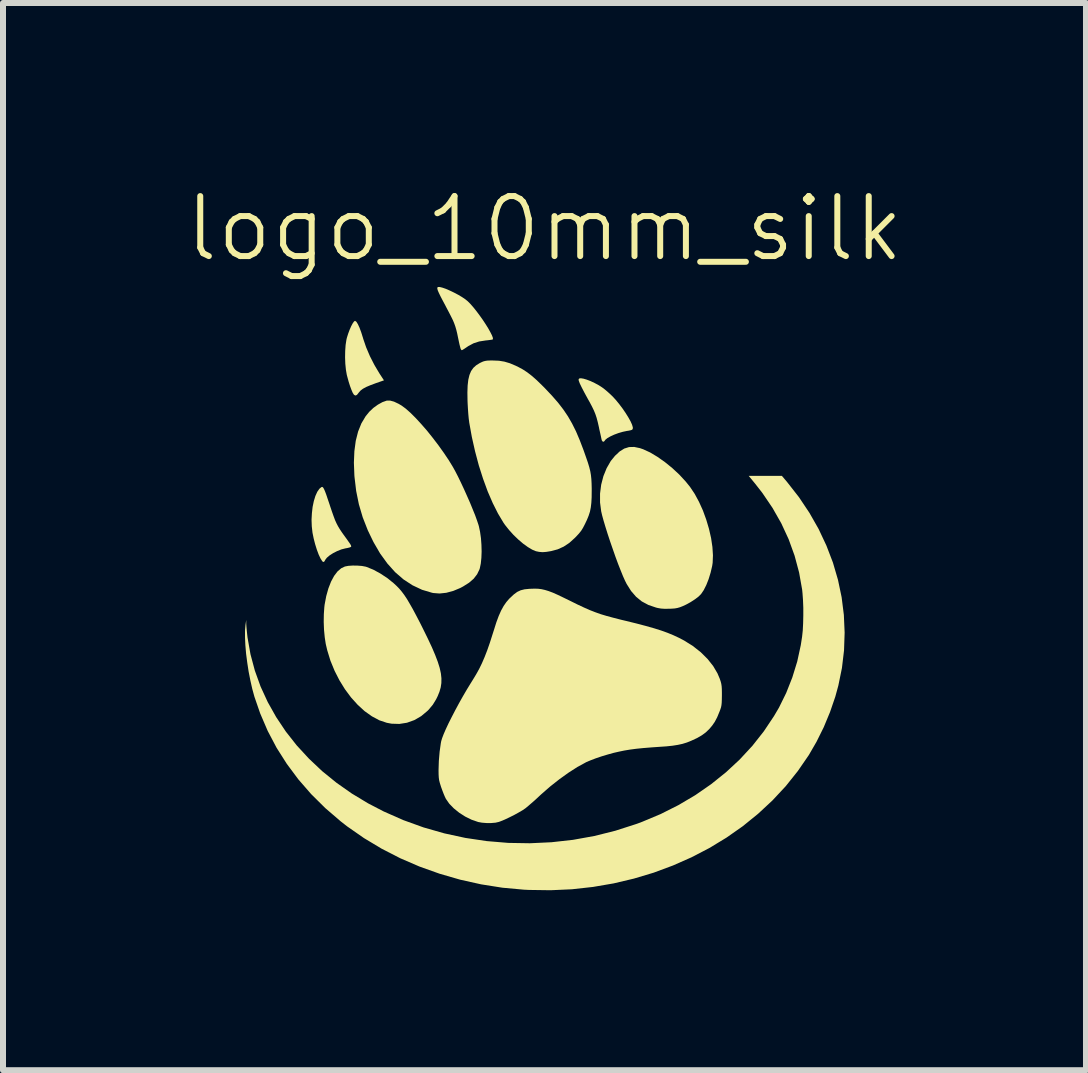
<source format=kicad_pcb>
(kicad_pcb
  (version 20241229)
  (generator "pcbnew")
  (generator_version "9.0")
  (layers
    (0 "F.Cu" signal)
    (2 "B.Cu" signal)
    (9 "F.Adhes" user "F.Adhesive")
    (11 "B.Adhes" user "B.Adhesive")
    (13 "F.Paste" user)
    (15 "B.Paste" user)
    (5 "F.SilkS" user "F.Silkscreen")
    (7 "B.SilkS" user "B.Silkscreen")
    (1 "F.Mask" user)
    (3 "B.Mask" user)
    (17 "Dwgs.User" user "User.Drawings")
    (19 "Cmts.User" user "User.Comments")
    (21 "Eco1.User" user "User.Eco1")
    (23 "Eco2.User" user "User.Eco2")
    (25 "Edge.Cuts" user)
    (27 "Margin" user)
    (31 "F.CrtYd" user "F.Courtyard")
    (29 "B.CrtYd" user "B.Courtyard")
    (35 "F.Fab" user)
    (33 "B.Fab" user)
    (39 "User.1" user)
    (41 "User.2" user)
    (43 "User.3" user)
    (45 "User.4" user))
  (footprint "logo_10mm_silk"
    (layer "F.Cu")
    (at 6.026 6.761)
    (property "Reference" "logo_10mm_silk" (at 0 -6 0) (unlocked yes) (layer "F.SilkS") (effects (font (size 1 1) (thickness 0.1))))
    (attr smd)
    (fp_poly (pts (xy -3.156 -4.462) (xy -3.135 -4.447) (xy -3.111 -4.408) (xy -3.083 -4.348) (xy -3.054 -4.269) (xy -3.024 -4.173) (xy -3.021 -4.162) (xy -2.973 -4.022) (xy -2.91 -3.874) (xy -2.835 -3.727) (xy -2.753 -3.589) (xy -2.751 -3.586) (xy -2.676 -3.471) (xy -2.811 -3.424) (xy -2.902 -3.39) (xy -2.973 -3.36) (xy -3.026 -3.331) (xy -3.066 -3.301) (xy -3.094 -3.269) (xy -3.097 -3.265) (xy -3.125 -3.23) (xy -3.147 -3.218) (xy -3.169 -3.226) (xy -3.181 -3.238) (xy -3.198 -3.266) (xy -3.218 -3.313) (xy -3.241 -3.375) (xy -3.264 -3.447) (xy -3.285 -3.524) (xy -3.295 -3.561) (xy -3.31 -3.647) (xy -3.32 -3.747) (xy -3.324 -3.854) (xy -3.322 -3.961) (xy -3.315 -4.061) (xy -3.302 -4.146) (xy -3.295 -4.177) (xy -3.273 -4.248) (xy -3.248 -4.315) (xy -3.222 -4.374) (xy -3.197 -4.421) (xy -3.175 -4.452) (xy -3.158 -4.463)) (stroke (width 0) (type solid)) (fill yes) (layer "F.SilkS"))
    (fp_poly (pts (xy -3.698 -1.692) (xy -3.687 -1.68) (xy -3.674 -1.657) (xy -3.658 -1.62) (xy -3.638 -1.567) (xy -3.614 -1.495) (xy -3.582 -1.401) (xy -3.576 -1.382) (xy -3.543 -1.284) (xy -3.515 -1.205) (xy -3.491 -1.141) (xy -3.467 -1.088) (xy -3.442 -1.04) (xy -3.414 -0.993) (xy -3.381 -0.943) (xy -3.347 -0.895) (xy -3.299 -0.829) (xy -3.264 -0.779) (xy -3.24 -0.745) (xy -3.227 -0.722) (xy -3.222 -0.707) (xy -3.223 -0.699) (xy -3.229 -0.693) (xy -3.23 -0.693) (xy -3.25 -0.685) (xy -3.287 -0.676) (xy -3.32 -0.67) (xy -3.386 -0.653) (xy -3.456 -0.625) (xy -3.523 -0.591) (xy -3.582 -0.553) (xy -3.628 -0.514) (xy -3.656 -0.477) (xy -3.658 -0.471) (xy -3.674 -0.446) (xy -3.692 -0.445) (xy -3.705 -0.457) (xy -3.734 -0.503) (xy -3.765 -0.569) (xy -3.795 -0.65) (xy -3.823 -0.74) (xy -3.847 -0.833) (xy -3.866 -0.926) (xy -3.867 -0.931) (xy -3.879 -1.038) (xy -3.883 -1.148) (xy -3.877 -1.257) (xy -3.865 -1.362) (xy -3.845 -1.458) (xy -3.819 -1.543) (xy -3.787 -1.614) (xy -3.751 -1.665) (xy -3.719 -1.691) (xy -3.708 -1.695)) (stroke (width 0) (type solid)) (fill yes) (layer "F.SilkS"))
    (fp_poly (pts (xy 0.65 -3.499) (xy 0.704 -3.483) (xy 0.767 -3.459) (xy 0.835 -3.427) (xy 0.904 -3.39) (xy 0.96 -3.354) (xy 1.005 -3.32) (xy 1.058 -3.275) (xy 1.111 -3.226) (xy 1.136 -3.202) (xy 1.192 -3.141) (xy 1.248 -3.072) (xy 1.303 -2.999) (xy 1.354 -2.924) (xy 1.398 -2.853) (xy 1.435 -2.787) (xy 1.46 -2.731) (xy 1.472 -2.689) (xy 1.473 -2.675) (xy 1.469 -2.658) (xy 1.459 -2.647) (xy 1.436 -2.639) (xy 1.397 -2.631) (xy 1.375 -2.628) (xy 1.304 -2.613) (xy 1.232 -2.592) (xy 1.162 -2.566) (xy 1.099 -2.537) (xy 1.048 -2.508) (xy 1.015 -2.481) (xy 1.004 -2.465) (xy 0.989 -2.448) (xy 0.969 -2.451) (xy 0.955 -2.472) (xy 0.954 -2.475) (xy 0.949 -2.497) (xy 0.94 -2.539) (xy 0.928 -2.594) (xy 0.913 -2.659) (xy 0.908 -2.686) (xy 0.888 -2.774) (xy 0.869 -2.846) (xy 0.848 -2.909) (xy 0.823 -2.97) (xy 0.791 -3.036) (xy 0.75 -3.113) (xy 0.724 -3.159) (xy 0.665 -3.267) (xy 0.62 -3.354) (xy 0.588 -3.42) (xy 0.571 -3.466) (xy 0.568 -3.486) (xy 0.578 -3.502) (xy 0.606 -3.506)) (stroke (width 0) (type solid)) (fill yes) (layer "F.SilkS"))
    (fp_poly (pts (xy -1.701 -5.016) (xy -1.643 -4.996) (xy -1.577 -4.967) (xy -1.508 -4.934) (xy -1.438 -4.897) (xy -1.374 -4.859) (xy -1.318 -4.821) (xy -1.28 -4.79) (xy -1.235 -4.745) (xy -1.186 -4.689) (xy -1.134 -4.624) (xy -1.081 -4.553) (xy -1.029 -4.48) (xy -0.981 -4.407) (xy -0.938 -4.338) (xy -0.903 -4.275) (xy -0.876 -4.222) (xy -0.861 -4.182) (xy -0.859 -4.157) (xy -0.862 -4.154) (xy -0.877 -4.149) (xy -0.911 -4.144) (xy -0.958 -4.138) (xy -0.981 -4.136) (xy -1.089 -4.119) (xy -1.182 -4.089) (xy -1.27 -4.042) (xy -1.298 -4.023) (xy -1.335 -3.998) (xy -1.364 -3.98) (xy -1.379 -3.973) (xy -1.379 -3.973) (xy -1.39 -3.983) (xy -1.399 -4.001) (xy -1.405 -4.024) (xy -1.416 -4.066) (xy -1.428 -4.121) (xy -1.441 -4.184) (xy -1.442 -4.188) (xy -1.456 -4.256) (xy -1.47 -4.313) (xy -1.485 -4.365) (xy -1.503 -4.416) (xy -1.525 -4.47) (xy -1.555 -4.531) (xy -1.593 -4.605) (xy -1.641 -4.696) (xy -1.65 -4.714) (xy -1.698 -4.804) (xy -1.735 -4.875) (xy -1.761 -4.929) (xy -1.778 -4.968) (xy -1.786 -4.996) (xy -1.787 -5.013) (xy -1.781 -5.023) (xy -1.774 -5.027) (xy -1.746 -5.027)) (stroke (width 0) (type solid)) (fill yes) (layer "F.SilkS"))
    (fp_poly (pts (xy -3.118 -0.383) (xy -3.042 -0.377) (xy -2.979 -0.365) (xy -2.964 -0.36) (xy -2.853 -0.315) (xy -2.737 -0.252) (xy -2.623 -0.177) (xy -2.518 -0.093) (xy -2.465 -0.044) (xy -2.421 0.001) (xy -2.379 0.051) (xy -2.337 0.107) (xy -2.293 0.173) (xy -2.247 0.251) (xy -2.195 0.342) (xy -2.137 0.451) (xy -2.071 0.578) (xy -2.026 0.668) (xy -1.945 0.833) (xy -1.877 0.978) (xy -1.822 1.107) (xy -1.779 1.22) (xy -1.747 1.322) (xy -1.727 1.413) (xy -1.718 1.496) (xy -1.719 1.574) (xy -1.73 1.648) (xy -1.751 1.72) (xy -1.781 1.794) (xy -1.806 1.845) (xy -1.861 1.935) (xy -1.931 2.019) (xy -1.951 2.039) (xy -2.055 2.126) (xy -2.169 2.192) (xy -2.292 2.236) (xy -2.419 2.256) (xy -2.549 2.252) (xy -2.629 2.237) (xy -2.754 2.195) (xy -2.877 2.129) (xy -2.998 2.043) (xy -3.114 1.937) (xy -3.224 1.815) (xy -3.326 1.678) (xy -3.418 1.529) (xy -3.499 1.37) (xy -3.568 1.202) (xy -3.621 1.029) (xy -3.646 0.923) (xy -3.663 0.812) (xy -3.675 0.687) (xy -3.68 0.556) (xy -3.678 0.427) (xy -3.67 0.311) (xy -3.665 0.268) (xy -3.638 0.125) (xy -3.602 -0.003) (xy -3.558 -0.116) (xy -3.507 -0.211) (xy -3.45 -0.286) (xy -3.388 -0.339) (xy -3.327 -0.368) (xy -3.27 -0.379) (xy -3.197 -0.384)) (stroke (width 0) (type solid)) (fill yes) (layer "F.SilkS"))
    (fp_poly (pts (xy 1.591 -2.341) (xy 1.646 -2.322) (xy 1.761 -2.269) (xy 1.883 -2.196) (xy 2.008 -2.108) (xy 2.131 -2.008) (xy 2.248 -1.899) (xy 2.354 -1.784) (xy 2.426 -1.695) (xy 2.504 -1.578) (xy 2.576 -1.445) (xy 2.641 -1.301) (xy 2.696 -1.15) (xy 2.742 -0.995) (xy 2.777 -0.842) (xy 2.799 -0.694) (xy 2.808 -0.555) (xy 2.803 -0.43) (xy 2.795 -0.377) (xy 2.769 -0.266) (xy 2.736 -0.158) (xy 2.697 -0.059) (xy 2.654 0.026) (xy 2.61 0.091) (xy 2.61 0.091) (xy 2.568 0.133) (xy 2.509 0.178) (xy 2.438 0.224) (xy 2.362 0.266) (xy 2.306 0.292) (xy 2.258 0.311) (xy 2.216 0.323) (xy 2.172 0.331) (xy 2.115 0.335) (xy 2.081 0.336) (xy 2.004 0.337) (xy 1.942 0.333) (xy 1.886 0.323) (xy 1.858 0.316) (xy 1.732 0.273) (xy 1.622 0.214) (xy 1.527 0.137) (xy 1.444 0.041) (xy 1.37 -0.076) (xy 1.342 -0.132) (xy 1.308 -0.208) (xy 1.27 -0.302) (xy 1.227 -0.411) (xy 1.183 -0.53) (xy 1.139 -0.656) (xy 1.095 -0.783) (xy 1.054 -0.907) (xy 1.017 -1.025) (xy 0.985 -1.132) (xy 0.96 -1.223) (xy 0.945 -1.288) (xy 0.926 -1.435) (xy 0.926 -1.584) (xy 0.945 -1.732) (xy 0.982 -1.874) (xy 1.036 -2.007) (xy 1.105 -2.127) (xy 1.175 -2.213) (xy 1.253 -2.286) (xy 1.33 -2.334) (xy 1.41 -2.359) (xy 1.496 -2.361)) (stroke (width 0) (type solid)) (fill yes) (layer "F.SilkS"))
    (fp_poly (pts (xy -2.508 -3.116) (xy -2.432 -3.08) (xy -2.381 -3.05) (xy -2.312 -2.999) (xy -2.233 -2.929) (xy -2.146 -2.842) (xy -2.054 -2.742) (xy -1.958 -2.632) (xy -1.863 -2.513) (xy -1.769 -2.39) (xy -1.679 -2.264) (xy -1.595 -2.139) (xy -1.529 -2.031) (xy -1.489 -1.959) (xy -1.443 -1.87) (xy -1.394 -1.769) (xy -1.343 -1.66) (xy -1.292 -1.546) (xy -1.242 -1.433) (xy -1.197 -1.323) (xy -1.156 -1.222) (xy -1.124 -1.133) (xy -1.1 -1.061) (xy -1.094 -1.04) (xy -1.074 -0.946) (xy -1.059 -0.84) (xy -1.051 -0.729) (xy -1.048 -0.617) (xy -1.052 -0.511) (xy -1.062 -0.416) (xy -1.078 -0.339) (xy -1.084 -0.32) (xy -1.123 -0.239) (xy -1.18 -0.165) (xy -1.257 -0.098) (xy -1.357 -0.035) (xy -1.406 -0.009) (xy -1.521 0.039) (xy -1.637 0.07) (xy -1.749 0.082) (xy -1.852 0.074) (xy -1.873 0.07) (xy -2.041 0.02) (xy -2.2 -0.055) (xy -2.349 -0.152) (xy -2.489 -0.273) (xy -2.619 -0.418) (xy -2.74 -0.585) (xy -2.851 -0.776) (xy -2.945 -0.971) (xy -3.03 -1.188) (xy -3.094 -1.405) (xy -3.139 -1.627) (xy -3.167 -1.862) (xy -3.169 -1.888) (xy -3.177 -2.099) (xy -3.169 -2.29) (xy -3.146 -2.463) (xy -3.107 -2.617) (xy -3.052 -2.754) (xy -2.981 -2.873) (xy -2.919 -2.949) (xy -2.852 -3.012) (xy -2.777 -3.066) (xy -2.701 -3.108) (xy -2.63 -3.133) (xy -2.626 -3.134) (xy -2.574 -3.134)) (stroke (width 0) (type solid)) (fill yes) (layer "F.SilkS"))
    (fp_poly (pts (xy -0.759 -3.798) (xy -0.668 -3.783) (xy -0.577 -3.756) (xy -0.478 -3.714) (xy -0.435 -3.693) (xy -0.361 -3.653) (xy -0.289 -3.606) (xy -0.215 -3.549) (xy -0.135 -3.479) (xy -0.047 -3.394) (xy 0.008 -3.339) (xy 0.125 -3.215) (xy 0.227 -3.098) (xy 0.314 -2.985) (xy 0.391 -2.871) (xy 0.46 -2.751) (xy 0.525 -2.621) (xy 0.587 -2.475) (xy 0.65 -2.31) (xy 0.654 -2.299) (xy 0.692 -2.191) (xy 0.723 -2.101) (xy 0.746 -2.025) (xy 0.763 -1.957) (xy 0.774 -1.893) (xy 0.781 -1.827) (xy 0.785 -1.755) (xy 0.787 -1.672) (xy 0.787 -1.633) (xy 0.786 -1.522) (xy 0.781 -1.431) (xy 0.772 -1.353) (xy 0.758 -1.283) (xy 0.736 -1.215) (xy 0.707 -1.144) (xy 0.673 -1.073) (xy 0.642 -1.013) (xy 0.611 -0.963) (xy 0.574 -0.917) (xy 0.526 -0.865) (xy 0.506 -0.845) (xy 0.413 -0.761) (xy 0.319 -0.699) (xy 0.219 -0.654) (xy 0.111 -0.625) (xy 0.032 -0.612) (xy -0.032 -0.607) (xy -0.09 -0.612) (xy -0.143 -0.623) (xy -0.205 -0.649) (xy -0.277 -0.692) (xy -0.356 -0.749) (xy -0.437 -0.818) (xy -0.517 -0.895) (xy -0.591 -0.977) (xy -0.657 -1.06) (xy -0.683 -1.097) (xy -0.775 -1.251) (xy -0.863 -1.426) (xy -0.947 -1.62) (xy -1.024 -1.831) (xy -1.095 -2.054) (xy -1.157 -2.287) (xy -1.211 -2.527) (xy -1.255 -2.771) (xy -1.255 -2.775) (xy -1.263 -2.834) (xy -1.27 -2.91) (xy -1.276 -2.996) (xy -1.281 -3.084) (xy -1.283 -3.131) (xy -1.285 -3.269) (xy -1.281 -3.385) (xy -1.27 -3.481) (xy -1.251 -3.56) (xy -1.224 -3.625) (xy -1.187 -3.678) (xy -1.14 -3.721) (xy -1.081 -3.758) (xy -1.059 -3.769) (xy -1.024 -3.785) (xy -0.992 -3.794) (xy -0.955 -3.8) (xy -0.906 -3.802) (xy -0.858 -3.802)) (stroke (width 0) (type solid)) (fill yes) (layer "F.SilkS"))
    (fp_poly (pts (xy 4.045 -1.775) (xy 4.242 -1.523) (xy 4.417 -1.261) (xy 4.57 -0.992) (xy 4.7 -0.715) (xy 4.808 -0.433) (xy 4.892 -0.146) (xy 4.953 0.145) (xy 4.99 0.439) (xy 5.003 0.734) (xy 4.993 1.029) (xy 4.958 1.324) (xy 4.898 1.617) (xy 4.847 1.803) (xy 4.76 2.057) (xy 4.655 2.31) (xy 4.534 2.554) (xy 4.406 2.775) (xy 4.223 3.041) (xy 4.021 3.294) (xy 3.799 3.532) (xy 3.56 3.754) (xy 3.305 3.961) (xy 3.034 4.151) (xy 2.749 4.324) (xy 2.451 4.479) (xy 2.141 4.616) (xy 1.821 4.735) (xy 1.491 4.834) (xy 1.153 4.914) (xy 0.809 4.973) (xy 0.458 5.012) (xy 0.102 5.028) (xy -0.257 5.023) (xy -0.342 5.019) (xy -0.701 4.986) (xy -1.056 4.93) (xy -1.406 4.852) (xy -1.748 4.753) (xy -2.082 4.634) (xy -2.404 4.495) (xy -2.714 4.336) (xy -3.009 4.159) (xy -3.289 3.964) (xy -3.398 3.879) (xy -3.654 3.659) (xy -3.889 3.426) (xy -4.103 3.18) (xy -4.295 2.922) (xy -4.466 2.653) (xy -4.614 2.372) (xy -4.739 2.081) (xy -4.835 1.803) (xy -4.871 1.672) (xy -4.903 1.53) (xy -4.932 1.382) (xy -4.955 1.232) (xy -4.974 1.085) (xy -4.986 0.944) (xy -4.992 0.815) (xy -4.992 0.701) (xy -4.984 0.606) (xy -4.984 0.605) (xy -4.972 0.523) (xy -4.971 0.595) (xy -4.968 0.638) (xy -4.963 0.696) (xy -4.956 0.763) (xy -4.95 0.816) (xy -4.901 1.094) (xy -4.828 1.367) (xy -4.732 1.634) (xy -4.613 1.892) (xy -4.472 2.143) (xy -4.311 2.384) (xy -4.129 2.615) (xy -3.927 2.834) (xy -3.707 3.042) (xy -3.468 3.236) (xy -3.212 3.416) (xy -2.94 3.58) (xy -2.682 3.714) (xy -2.354 3.859) (xy -2.016 3.981) (xy -1.67 4.08) (xy -1.319 4.156) (xy -0.963 4.209) (xy -0.604 4.239) (xy -0.244 4.245) (xy 0.117 4.228) (xy 0.475 4.188) (xy 0.831 4.124) (xy 1.182 4.036) (xy 1.527 3.925) (xy 1.627 3.888) (xy 1.937 3.758) (xy 2.233 3.609) (xy 2.514 3.443) (xy 2.778 3.26) (xy 3.026 3.061) (xy 3.255 2.848) (xy 3.466 2.62) (xy 3.656 2.379) (xy 3.825 2.126) (xy 3.909 1.983) (xy 4.029 1.739) (xy 4.131 1.481) (xy 4.213 1.215) (xy 4.272 0.943) (xy 4.294 0.801) (xy 4.305 0.699) (xy 4.311 0.58) (xy 4.314 0.451) (xy 4.314 0.319) (xy 4.309 0.193) (xy 4.301 0.08) (xy 4.295 0.019) (xy 4.244 -0.268) (xy 4.169 -0.548) (xy 4.07 -0.822) (xy 3.947 -1.088) (xy 3.8 -1.346) (xy 3.631 -1.595) (xy 3.51 -1.75) (xy 3.404 -1.879) (xy 3.681 -1.879) (xy 3.957 -1.879)) (stroke (width 0) (type solid)) (fill yes) (layer "F.SilkS"))
    (fp_poly (pts (xy -0.104 0.003) (xy -0.049 0.01) (xy 0.008 0.023) (xy 0.07 0.042) (xy 0.139 0.068) (xy 0.22 0.104) (xy 0.316 0.15) (xy 0.431 0.206) (xy 0.435 0.208) (xy 0.554 0.267) (xy 0.659 0.316) (xy 0.754 0.358) (xy 0.846 0.394) (xy 0.939 0.427) (xy 1.039 0.457) (xy 1.151 0.487) (xy 1.279 0.52) (xy 1.351 0.537) (xy 1.53 0.581) (xy 1.686 0.622) (xy 1.824 0.661) (xy 1.945 0.699) (xy 2.053 0.738) (xy 2.15 0.778) (xy 2.24 0.82) (xy 2.326 0.865) (xy 2.328 0.866) (xy 2.473 0.957) (xy 2.604 1.06) (xy 2.717 1.172) (xy 2.811 1.29) (xy 2.883 1.412) (xy 2.922 1.504) (xy 2.937 1.549) (xy 2.947 1.588) (xy 2.953 1.628) (xy 2.956 1.674) (xy 2.957 1.735) (xy 2.957 1.778) (xy 2.956 1.849) (xy 2.954 1.901) (xy 2.95 1.942) (xy 2.943 1.978) (xy 2.931 2.015) (xy 2.916 2.054) (xy 2.878 2.146) (xy 2.839 2.22) (xy 2.795 2.284) (xy 2.746 2.342) (xy 2.686 2.399) (xy 2.62 2.447) (xy 2.542 2.492) (xy 2.449 2.535) (xy 2.375 2.565) (xy 2.301 2.588) (xy 2.223 2.605) (xy 2.135 2.619) (xy 2.031 2.63) (xy 1.942 2.636) (xy 1.785 2.647) (xy 1.649 2.658) (xy 1.53 2.67) (xy 1.424 2.684) (xy 1.328 2.7) (xy 1.237 2.719) (xy 1.154 2.738) (xy 1.053 2.766) (xy 0.95 2.797) (xy 0.853 2.83) (xy 0.767 2.863) (xy 0.698 2.892) (xy 0.687 2.898) (xy 0.548 2.974) (xy 0.4 3.069) (xy 0.248 3.178) (xy 0.097 3.297) (xy -0.049 3.424) (xy -0.076 3.449) (xy -0.135 3.504) (xy -0.195 3.558) (xy -0.251 3.606) (xy -0.297 3.645) (xy -0.315 3.66) (xy -0.363 3.693) (xy -0.428 3.731) (xy -0.504 3.773) (xy -0.584 3.813) (xy -0.662 3.85) (xy -0.73 3.878) (xy -0.76 3.889) (xy -0.816 3.902) (xy -0.888 3.908) (xy -0.967 3.908) (xy -1.043 3.902) (xy -1.109 3.89) (xy -1.11 3.889) (xy -1.217 3.852) (xy -1.322 3.8) (xy -1.422 3.736) (xy -1.511 3.664) (xy -1.587 3.586) (xy -1.643 3.506) (xy -1.66 3.471) (xy -1.68 3.424) (xy -1.703 3.364) (xy -1.725 3.303) (xy -1.729 3.29) (xy -1.745 3.239) (xy -1.756 3.195) (xy -1.762 3.151) (xy -1.765 3.098) (xy -1.766 3.028) (xy -1.766 3.028) (xy -1.761 2.872) (xy -1.748 2.719) (xy -1.728 2.577) (xy -1.721 2.541) (xy -1.706 2.492) (xy -1.68 2.424) (xy -1.644 2.341) (xy -1.599 2.245) (xy -1.546 2.14) (xy -1.488 2.028) (xy -1.426 1.913) (xy -1.361 1.797) (xy -1.295 1.684) (xy -1.229 1.576) (xy -1.194 1.52) (xy -1.139 1.429) (xy -1.089 1.339) (xy -1.043 1.245) (xy -0.999 1.143) (xy -0.955 1.03) (xy -0.91 0.901) (xy -0.863 0.753) (xy -0.844 0.694) (xy -0.803 0.564) (xy -0.763 0.456) (xy -0.723 0.366) (xy -0.681 0.29) (xy -0.636 0.225) (xy -0.586 0.167) (xy -0.575 0.157) (xy -0.511 0.097) (xy -0.454 0.055) (xy -0.396 0.028) (xy -0.332 0.012) (xy -0.252 0.004) (xy -0.226 0.003) (xy -0.162 0.001)) (stroke (width 0) (type solid)) (fill yes) (layer "F.SilkS")))
  (gr_rect
    (start -3 -3)
    (end 15.052 14.789)
    (stroke (width 0.1) (type default))
    (fill no)
    (layer "Edge.Cuts")))
</source>
